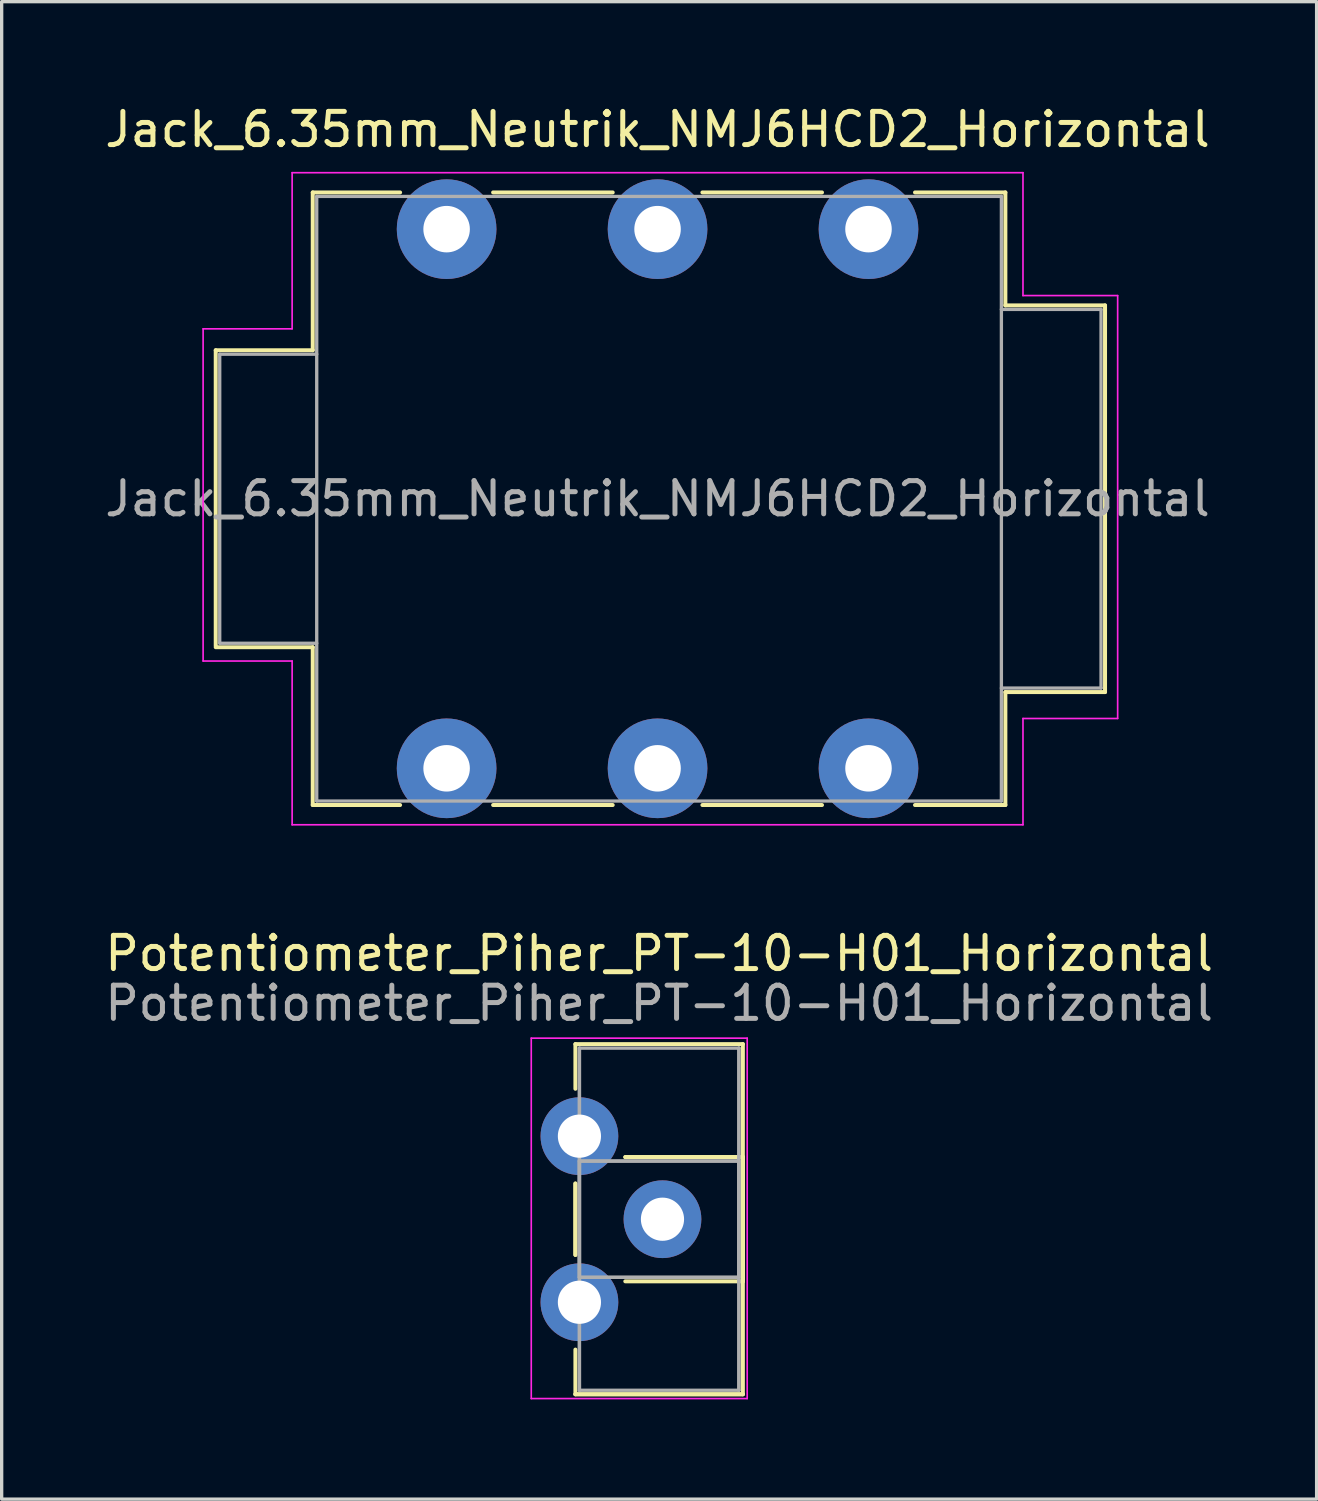
<source format=kicad_pcb>
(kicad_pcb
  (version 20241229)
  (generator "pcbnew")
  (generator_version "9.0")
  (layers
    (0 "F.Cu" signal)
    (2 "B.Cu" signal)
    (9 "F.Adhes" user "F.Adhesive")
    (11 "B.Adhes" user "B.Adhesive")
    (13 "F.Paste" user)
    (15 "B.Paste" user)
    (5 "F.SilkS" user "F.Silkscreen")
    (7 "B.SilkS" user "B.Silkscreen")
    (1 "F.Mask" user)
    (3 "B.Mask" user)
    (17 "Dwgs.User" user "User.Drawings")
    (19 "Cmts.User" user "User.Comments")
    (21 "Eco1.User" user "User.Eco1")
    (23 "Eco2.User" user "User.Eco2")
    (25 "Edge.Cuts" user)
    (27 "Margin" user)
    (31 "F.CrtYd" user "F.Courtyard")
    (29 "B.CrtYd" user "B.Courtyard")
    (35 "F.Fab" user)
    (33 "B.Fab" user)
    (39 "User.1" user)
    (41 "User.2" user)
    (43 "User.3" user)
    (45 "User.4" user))
  (footprint "Jack_6.35mm_Neutrik_NMJ6HCD2_Horizontal"
    (layer "F.Cu")
    (at 16.744 11.848)
    (property "Reference" "Jack_6.35mm_Neutrik_NMJ6HCD2_Horizontal" (at 0 -11 0) (layer "F.SilkS") (effects (font (size 1 1) (thickness 0.15))))
    (attr through_hole)
    (fp_line (start -13.3 -4.355) (end -10.38 -4.355) (stroke (width 0.12) (type solid)) (layer "F.SilkS"))
    (fp_line (start -13.3 4.545) (end -13.3 -4.355) (stroke (width 0.12) (type solid)) (layer "F.SilkS"))
    (fp_line (start -13.3 4.585) (end -10.38 4.585) (stroke (width 0.12) (type solid)) (layer "F.SilkS"))
    (fp_line (start -10.38 -9.105) (end -7.75 -9.105) (stroke (width 0.12) (type solid)) (layer "F.SilkS"))
    (fp_line (start -10.38 -4.355) (end -10.38 -9.105) (stroke (width 0.12) (type solid)) (layer "F.SilkS"))
    (fp_line (start -10.38 9.335) (end -10.38 4.585) (stroke (width 0.12) (type solid)) (layer "F.SilkS"))
    (fp_line (start -7.75 9.335) (end -10.38 9.335) (stroke (width 0.12) (type solid)) (layer "F.SilkS"))
    (fp_line (start -4.95 -9.105) (end -1.35 -9.105) (stroke (width 0.12) (type solid)) (layer "F.SilkS"))
    (fp_line (start -1.35 9.335) (end -4.95 9.335) (stroke (width 0.12) (type solid)) (layer "F.SilkS"))
    (fp_line (start 1.35 -9.105) (end 4.95 -9.105) (stroke (width 0.12) (type solid)) (layer "F.SilkS"))
    (fp_line (start 4.95 9.335) (end 1.35 9.335) (stroke (width 0.12) (type solid)) (layer "F.SilkS"))
    (fp_line (start 10.47 -9.105) (end 7.75 -9.105) (stroke (width 0.12) (type solid)) (layer "F.SilkS"))
    (fp_line (start 10.47 -5.705) (end 10.47 -9.105) (stroke (width 0.12) (type solid)) (layer "F.SilkS"))
    (fp_line (start 10.47 -5.705) (end 13.47 -5.705) (stroke (width 0.12) (type solid)) (layer "F.SilkS"))
    (fp_line (start 10.47 5.935) (end 13.47 5.935) (stroke (width 0.12) (type solid)) (layer "F.SilkS"))
    (fp_line (start 10.47 9.335) (end 7.75 9.335) (stroke (width 0.12) (type solid)) (layer "F.SilkS"))
    (fp_line (start 10.47 9.335) (end 10.47 5.935) (stroke (width 0.12) (type solid)) (layer "F.SilkS"))
    (fp_line (start 13.47 5.935) (end 13.47 -5.705) (stroke (width 0.12) (type solid)) (layer "F.SilkS"))
    (fp_line (start -13.68 -5) (end -11 -5) (stroke (width 0.05) (type default)) (layer "F.CrtYd"))
    (fp_line (start -13.68 5) (end -13.68 -5) (stroke (width 0.05) (type solid)) (layer "F.CrtYd"))
    (fp_line (start -13.68 5) (end -11 5) (stroke (width 0.05) (type default)) (layer "F.CrtYd"))
    (fp_line (start -11 -5) (end -11 -9.7) (stroke (width 0.05) (type default)) (layer "F.CrtYd"))
    (fp_line (start -11 5) (end -11 9.93) (stroke (width 0.05) (type default)) (layer "F.CrtYd"))
    (fp_line (start -11 9.93) (end 11 9.93) (stroke (width 0.05) (type solid)) (layer "F.CrtYd"))
    (fp_line (start 11 -9.7) (end -11 -9.7) (stroke (width 0.05) (type solid)) (layer "F.CrtYd"))
    (fp_line (start 11 -6) (end 11 -9.7) (stroke (width 0.05) (type default)) (layer "F.CrtYd"))
    (fp_line (start 11 6.73) (end 13.85 6.73) (stroke (width 0.05) (type default)) (layer "F.CrtYd"))
    (fp_line (start 11 9.93) (end 11 6.73) (stroke (width 0.05) (type default)) (layer "F.CrtYd"))
    (fp_line (start 13.85 -6) (end 11 -6) (stroke (width 0.05) (type default)) (layer "F.CrtYd"))
    (fp_line (start 13.85 6.73) (end 13.85 -6) (stroke (width 0.05) (type solid)) (layer "F.CrtYd"))
    (fp_line (start -13.18 -4.235) (end -10.26 -4.235) (stroke (width 0.1) (type solid)) (layer "F.Fab"))
    (fp_line (start -13.18 4.465) (end -13.18 -4.235) (stroke (width 0.1) (type solid)) (layer "F.Fab"))
    (fp_line (start -13.18 4.465) (end -10.26 4.465) (stroke (width 0.1) (type solid)) (layer "F.Fab"))
    (fp_line (start -10.26 9.215) (end -10.26 -8.985) (stroke (width 0.1) (type solid)) (layer "F.Fab"))
    (fp_line (start 10.35 -8.985) (end -10.26 -8.985) (stroke (width 0.1) (type solid)) (layer "F.Fab"))
    (fp_line (start 10.35 9.215) (end -10.26 9.215) (stroke (width 0.1) (type solid)) (layer "F.Fab"))
    (fp_line (start 10.35 9.215) (end 10.35 -8.985) (stroke (width 0.1) (type solid)) (layer "F.Fab"))
    (fp_line (start 13.35 -5.585) (end 10.35 -5.585) (stroke (width 0.1) (type solid)) (layer "F.Fab"))
    (fp_line (start 13.35 5.815) (end 10.35 5.815) (stroke (width 0.1) (type solid)) (layer "F.Fab"))
    (fp_line (start 13.35 5.815) (end 13.35 -5.585) (stroke (width 0.1) (type solid)) (layer "F.Fab"))
    (fp_text user "${REFERENCE}" (at 0 0.115 0) (layer "F.Fab") (effects (font (size 1 1) (thickness 0.15))))
    (pad "R" thru_hole circle (at 0 -8) (size 3 3) (drill 1.4) (layers "*.Cu" "*.Mask"))
    (pad "RN" thru_hole circle (at 0 8.23) (size 3 3) (drill 1.4) (layers "*.Cu" "*.Mask"))
    (pad "S" thru_hole circle (at 6.35 -8) (size 3 3) (drill 1.4) (layers "*.Cu" "*.Mask"))
    (pad "SN" thru_hole circle (at 6.35 8.23) (size 3 3) (drill 1.4) (layers "*.Cu" "*.Mask"))
    (pad "T" thru_hole circle (at -6.35 -8) (size 3 3) (drill 1.4) (layers "*.Cu" "*.Mask"))
    (pad "TN" thru_hole circle (at -6.35 8.23) (size 3 3) (drill 1.4) (layers "*.Cu" "*.Mask")))
  (footprint "Potentiometer_Piher_PT-10-H01_Horizontal"
    (layer "F.Cu")
    (at 16.792 33.651)
    (property "Reference" "Potentiometer_Piher_PT-10-H01_Horizontal" (at 0 -8 0) (layer "F.SilkS") (effects (font (size 1 1) (thickness 0.15))))
    (attr through_hole)
    (fp_line (start -2.521 -5.271) (end -2.521 -3.926) (stroke (width 0.12) (type solid)) (layer "F.SilkS"))
    (fp_line (start -2.521 -5.271) (end 2.52 -5.271) (stroke (width 0.12) (type solid)) (layer "F.SilkS"))
    (fp_line (start -2.521 -1.074) (end -2.521 1.075) (stroke (width 0.12) (type solid)) (layer "F.SilkS"))
    (fp_line (start -2.521 -1.074) (end -2.521 1.075) (stroke (width 0.12) (type solid)) (layer "F.SilkS"))
    (fp_line (start -2.521 3.925) (end -2.521 5.27) (stroke (width 0.12) (type solid)) (layer "F.SilkS"))
    (fp_line (start -2.521 5.27) (end 2.52 5.27) (stroke (width 0.12) (type solid)) (layer "F.SilkS"))
    (fp_line (start -2.521 5.27) (end 2.52 5.27) (stroke (width 0.12) (type solid)) (layer "F.SilkS"))
    (fp_line (start -1.019 -1.87) (end 2.52 -1.87) (stroke (width 0.12) (type solid)) (layer "F.SilkS"))
    (fp_line (start -1.019 -1.87) (end 2.52 -1.87) (stroke (width 0.12) (type solid)) (layer "F.SilkS"))
    (fp_line (start -1.019 1.87) (end 2.52 1.87) (stroke (width 0.12) (type solid)) (layer "F.SilkS"))
    (fp_line (start 2.52 -5.271) (end 2.52 5.27) (stroke (width 0.12) (type solid)) (layer "F.SilkS"))
    (fp_line (start 2.52 -1.87) (end 2.52 1.87) (stroke (width 0.12) (type solid)) (layer "F.SilkS"))
    (fp_line (start 2.52 -1.87) (end 2.52 1.87) (stroke (width 0.12) (type solid)) (layer "F.SilkS"))
    (fp_line (start -3.85 -5.45) (end -3.85 5.4) (stroke (width 0.05) (type solid)) (layer "F.CrtYd"))
    (fp_line (start -3.85 5.4) (end 2.65 5.4) (stroke (width 0.05) (type solid)) (layer "F.CrtYd"))
    (fp_line (start 2.65 -5.45) (end -3.85 -5.45) (stroke (width 0.05) (type solid)) (layer "F.CrtYd"))
    (fp_line (start 2.65 5.4) (end 2.65 -5.45) (stroke (width 0.05) (type solid)) (layer "F.CrtYd"))
    (fp_line (start -2.4 -5.15) (end 2.4 -5.15) (stroke (width 0.1) (type solid)) (layer "F.Fab"))
    (fp_line (start -2.4 -1.75) (end -2.4 1.75) (stroke (width 0.1) (type solid)) (layer "F.Fab"))
    (fp_line (start -2.4 -1.75) (end -2.4 1.75) (stroke (width 0.1) (type solid)) (layer "F.Fab"))
    (fp_line (start -2.4 1.75) (end 2.4 1.75) (stroke (width 0.1) (type solid)) (layer "F.Fab"))
    (fp_line (start -2.4 1.75) (end 2.4 1.75) (stroke (width 0.1) (type solid)) (layer "F.Fab"))
    (fp_line (start -2.4 5.15) (end -2.4 -5.15) (stroke (width 0.1) (type solid)) (layer "F.Fab"))
    (fp_line (start -2.4 5.15) (end -2.4 -5.15) (stroke (width 0.1) (type solid)) (layer "F.Fab"))
    (fp_line (start 2.4 -5.15) (end 2.4 5.15) (stroke (width 0.1) (type solid)) (layer "F.Fab"))
    (fp_line (start 2.4 -5.15) (end 2.4 5.15) (stroke (width 0.1) (type solid)) (layer "F.Fab"))
    (fp_line (start 2.4 -1.75) (end -2.4 -1.75) (stroke (width 0.1) (type solid)) (layer "F.Fab"))
    (fp_line (start 2.4 -1.75) (end -2.4 -1.75) (stroke (width 0.1) (type solid)) (layer "F.Fab"))
    (fp_line (start 2.4 1.75) (end 2.4 -1.75) (stroke (width 0.1) (type solid)) (layer "F.Fab"))
    (fp_line (start 2.4 1.75) (end 2.4 -1.75) (stroke (width 0.1) (type solid)) (layer "F.Fab"))
    (fp_line (start 2.4 5.15) (end -2.4 5.15) (stroke (width 0.1) (type solid)) (layer "F.Fab"))
    (fp_text user "${REFERENCE}" (at 0 -6.5 0) (layer "F.Fab") (effects (font (size 1 1) (thickness 0.15))))
    (pad "1" thru_hole circle (at -2.4 -2.5) (size 2.34 2.34) (drill 1.3) (layers "*.Cu" "*.Mask"))
    (pad "2" thru_hole circle (at 0.1 0) (size 2.34 2.34) (drill 1.3) (layers "*.Cu" "*.Mask"))
    (pad "3" thru_hole circle (at -2.4 2.5) (size 2.34 2.34) (drill 1.3) (layers "*.Cu" "*.Mask")))
  (gr_rect
    (start -3 -3)
    (end 36.583 42.077)
    (stroke (width 0.1) (type default))
    (fill no)
    (layer "Edge.Cuts")))
</source>
